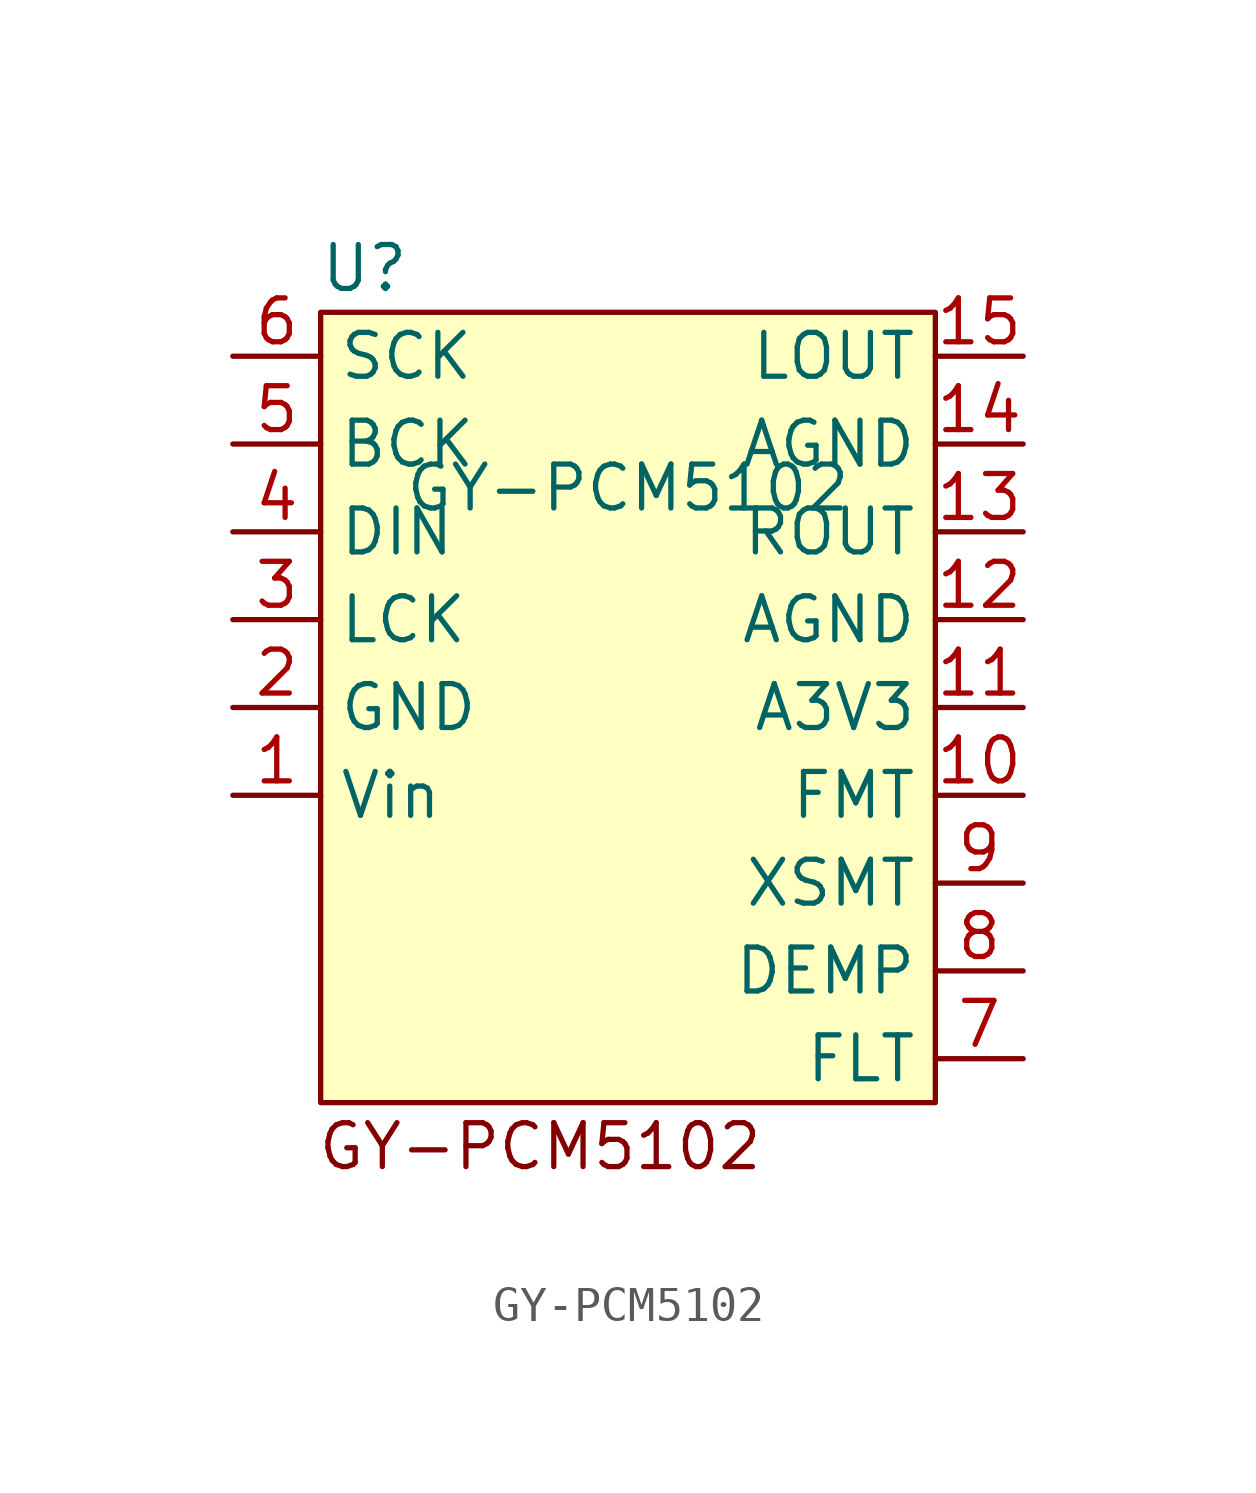
<source format=kicad_sym>
(kicad_symbol_lib
  (version 20220914)
  (generator kicad_symbol_editor)
  (symbol "GY-PCM5102"
    (property "Reference" "U"
      (at -7.62 6.35 0)
      (effects (font (size 1.27 1.27))))
    (property "Value" "GY-PCM5102"
      (at 0 0 0)
      (effects (font (size 1.27 1.27))))
    (symbol "GY-PCM5102_0_0"
      (text "GY-PCM5102" (at -2.54 -19.05 0) (effects (font (size 1.27 1.27)))))
    (symbol "GY-PCM5102_1_1"
      (rectangle (start -8.89 5.08) (end 8.89 -17.78) (stroke (width 0) (type default)) (fill (type background)))
      (pin power_in line (at -11.43 -8.89 0) (length 2.54) (name "Vin" (effects (font (size 1.27 1.27)))) (number "1" (effects (font (size 1.27 1.27)))))
      (pin input line (at 11.43 -8.89 180) (length 2.54) (name "FMT" (effects (font (size 1.27 1.27)))) (number "10" (effects (font (size 1.27 1.27)))))
      (pin input line (at 11.43 -6.35 180) (length 2.54) (name "A3V3" (effects (font (size 1.27 1.27)))) (number "11" (effects (font (size 1.27 1.27)))))
      (pin input line (at 11.43 -3.81 180) (length 2.54) (name "AGND" (effects (font (size 1.27 1.27)))) (number "12" (effects (font (size 1.27 1.27)))))
      (pin input line (at 11.43 -1.27 180) (length 2.54) (name "ROUT" (effects (font (size 1.27 1.27)))) (number "13" (effects (font (size 1.27 1.27)))))
      (pin input line (at 11.43 1.27 180) (length 2.54) (name "AGND" (effects (font (size 1.27 1.27)))) (number "14" (effects (font (size 1.27 1.27)))))
      (pin input line (at 11.43 3.81 180) (length 2.54) (name "LOUT" (effects (font (size 1.27 1.27)))) (number "15" (effects (font (size 1.27 1.27)))))
      (pin power_in line (at -11.43 -6.35 0) (length 2.54) (name "GND" (effects (font (size 1.27 1.27)))) (number "2" (effects (font (size 1.27 1.27)))))
      (pin input line (at -11.43 -3.81 0) (length 2.54) (name "LCK" (effects (font (size 1.27 1.27)))) (number "3" (effects (font (size 1.27 1.27)))))
      (pin input line (at -11.43 -1.27 0) (length 2.54) (name "DIN" (effects (font (size 1.27 1.27)))) (number "4" (effects (font (size 1.27 1.27)))))
      (pin input line (at -11.43 1.27 0) (length 2.54) (name "BCK" (effects (font (size 1.27 1.27)))) (number "5" (effects (font (size 1.27 1.27)))))
      (pin input line (at -11.43 3.81 0) (length 2.54) (name "SCK" (effects (font (size 1.27 1.27)))) (number "6" (effects (font (size 1.27 1.27)))))
      (pin input line (at 11.43 -16.51 180) (length 2.54) (name "FLT" (effects (font (size 1.27 1.27)))) (number "7" (effects (font (size 1.27 1.27)))))
      (pin input line (at 11.43 -13.97 180) (length 2.54) (name "DEMP" (effects (font (size 1.27 1.27)))) (number "8" (effects (font (size 1.27 1.27)))))
      (pin input line (at 11.43 -11.43 180) (length 2.54) (name "XSMT" (effects (font (size 1.27 1.27)))) (number "9" (effects (font (size 1.27 1.27))))))))
</source>
